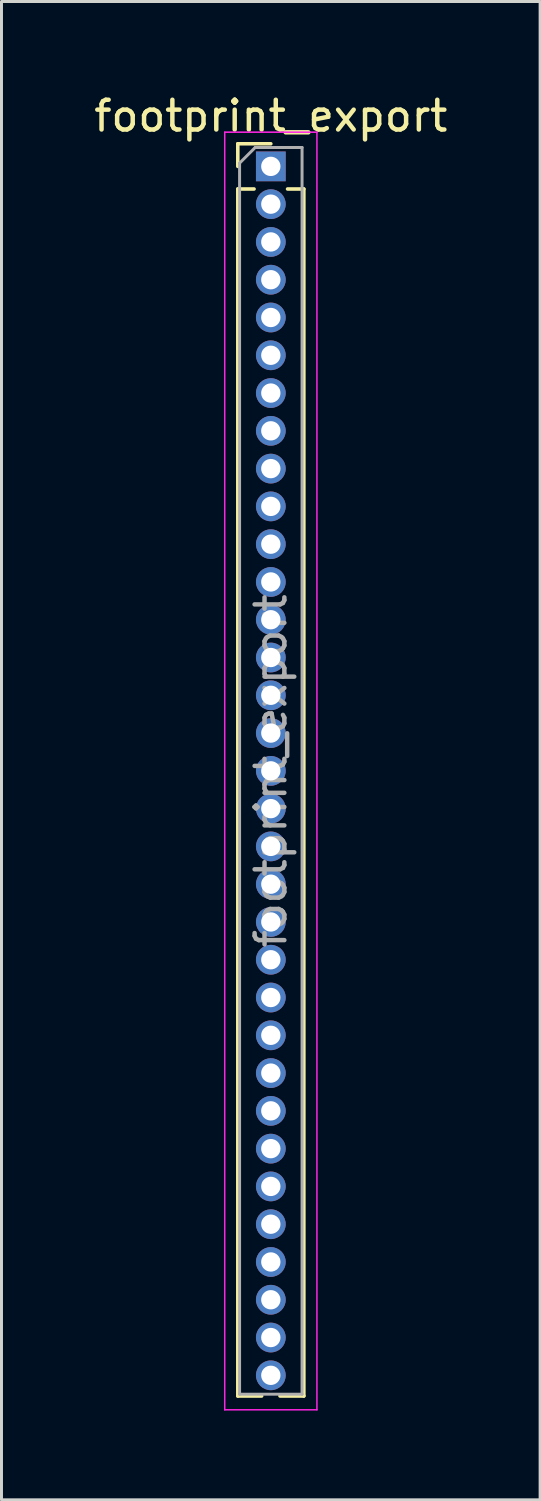
<source format=kicad_pcb>
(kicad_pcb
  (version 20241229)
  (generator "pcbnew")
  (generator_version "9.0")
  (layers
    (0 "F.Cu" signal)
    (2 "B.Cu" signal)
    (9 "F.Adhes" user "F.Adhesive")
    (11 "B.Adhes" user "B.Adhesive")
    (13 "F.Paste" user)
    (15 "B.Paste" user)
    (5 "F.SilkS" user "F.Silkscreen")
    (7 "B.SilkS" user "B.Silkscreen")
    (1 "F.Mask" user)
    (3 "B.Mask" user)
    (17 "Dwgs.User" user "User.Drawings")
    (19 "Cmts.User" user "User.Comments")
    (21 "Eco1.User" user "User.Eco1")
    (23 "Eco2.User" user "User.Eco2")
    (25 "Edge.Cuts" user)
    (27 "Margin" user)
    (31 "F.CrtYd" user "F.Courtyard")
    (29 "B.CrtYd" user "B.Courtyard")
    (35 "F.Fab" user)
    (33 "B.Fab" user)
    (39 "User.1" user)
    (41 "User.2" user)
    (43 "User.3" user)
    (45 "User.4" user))
  (footprint "footprint_export"
    (layer "F.Cu")
    (at 6.054 2.543)
    (property "Reference" "footprint_export" (at 0 -1.695 0) (layer "F.SilkS") (effects (font (size 1 1) (thickness 0.15))))
    (attr through_hole)
    (fp_line (start -1.11 -0.76) (end 0 -0.76) (stroke (width 0.12) (type solid)) (layer "F.SilkS"))
    (fp_line (start -1.11 0) (end -1.11 -0.76) (stroke (width 0.12) (type solid)) (layer "F.SilkS"))
    (fp_line (start -1.11 0.76) (end -1.11 41.335) (stroke (width 0.12) (type solid)) (layer "F.SilkS"))
    (fp_line (start -1.11 0.76) (end -0.563 0.76) (stroke (width 0.12) (type solid)) (layer "F.SilkS"))
    (fp_line (start -1.11 41.335) (end -0.308 41.335) (stroke (width 0.12) (type solid)) (layer "F.SilkS"))
    (fp_line (start 0.308 41.335) (end 1.11 41.335) (stroke (width 0.12) (type solid)) (layer "F.SilkS"))
    (fp_line (start 0.563 0.76) (end 1.11 0.76) (stroke (width 0.12) (type solid)) (layer "F.SilkS"))
    (fp_line (start 1.11 0.76) (end 1.11 41.335) (stroke (width 0.12) (type solid)) (layer "F.SilkS"))
    (fp_line (start -1.55 -1.15) (end -1.55 41.8) (stroke (width 0.05) (type solid)) (layer "F.CrtYd"))
    (fp_line (start -1.55 41.8) (end 1.55 41.8) (stroke (width 0.05) (type solid)) (layer "F.CrtYd"))
    (fp_line (start 1.55 -1.15) (end -1.55 -1.15) (stroke (width 0.05) (type solid)) (layer "F.CrtYd"))
    (fp_line (start 1.55 41.8) (end 1.55 -1.15) (stroke (width 0.05) (type solid)) (layer "F.CrtYd"))
    (fp_line (start -1.05 -0.11) (end -0.525 -0.635) (stroke (width 0.1) (type solid)) (layer "F.Fab"))
    (fp_line (start -1.05 41.275) (end -1.05 -0.11) (stroke (width 0.1) (type solid)) (layer "F.Fab"))
    (fp_line (start -0.525 -0.635) (end 1.05 -0.635) (stroke (width 0.1) (type solid)) (layer "F.Fab"))
    (fp_line (start 1.05 -0.635) (end 1.05 41.275) (stroke (width 0.1) (type solid)) (layer "F.Fab"))
    (fp_line (start 1.05 41.275) (end -1.05 41.275) (stroke (width 0.1) (type solid)) (layer "F.Fab"))
    (fp_text user "${REFERENCE}" (at 0 20.32 90) (layer "F.Fab") (effects (font (size 1 1) (thickness 0.15))))
    (pad "1" thru_hole rect (at 0 0) (size 1 1) (drill 0.65) (layers "*.Cu" "*.Mask"))
    (pad "2" thru_hole oval (at 0 1.27) (size 1 1) (drill 0.65) (layers "*.Cu" "*.Mask"))
    (pad "3" thru_hole oval (at 0 2.54) (size 1 1) (drill 0.65) (layers "*.Cu" "*.Mask"))
    (pad "4" thru_hole oval (at 0 3.81) (size 1 1) (drill 0.65) (layers "*.Cu" "*.Mask"))
    (pad "5" thru_hole oval (at 0 5.08) (size 1 1) (drill 0.65) (layers "*.Cu" "*.Mask"))
    (pad "6" thru_hole oval (at 0 6.35) (size 1 1) (drill 0.65) (layers "*.Cu" "*.Mask"))
    (pad "7" thru_hole oval (at 0 7.62) (size 1 1) (drill 0.65) (layers "*.Cu" "*.Mask"))
    (pad "8" thru_hole oval (at 0 8.89) (size 1 1) (drill 0.65) (layers "*.Cu" "*.Mask"))
    (pad "9" thru_hole oval (at 0 10.16) (size 1 1) (drill 0.65) (layers "*.Cu" "*.Mask"))
    (pad "10" thru_hole oval (at 0 11.43) (size 1 1) (drill 0.65) (layers "*.Cu" "*.Mask"))
    (pad "11" thru_hole oval (at 0 12.7) (size 1 1) (drill 0.65) (layers "*.Cu" "*.Mask"))
    (pad "12" thru_hole oval (at 0 13.97) (size 1 1) (drill 0.65) (layers "*.Cu" "*.Mask"))
    (pad "13" thru_hole oval (at 0 15.24) (size 1 1) (drill 0.65) (layers "*.Cu" "*.Mask"))
    (pad "14" thru_hole oval (at 0 16.51) (size 1 1) (drill 0.65) (layers "*.Cu" "*.Mask"))
    (pad "15" thru_hole oval (at 0 17.78) (size 1 1) (drill 0.65) (layers "*.Cu" "*.Mask"))
    (pad "16" thru_hole oval (at 0 19.05) (size 1 1) (drill 0.65) (layers "*.Cu" "*.Mask"))
    (pad "17" thru_hole oval (at 0 20.32) (size 1 1) (drill 0.65) (layers "*.Cu" "*.Mask"))
    (pad "18" thru_hole oval (at 0 21.59) (size 1 1) (drill 0.65) (layers "*.Cu" "*.Mask"))
    (pad "19" thru_hole oval (at 0 22.86) (size 1 1) (drill 0.65) (layers "*.Cu" "*.Mask"))
    (pad "20" thru_hole oval (at 0 24.13) (size 1 1) (drill 0.65) (layers "*.Cu" "*.Mask"))
    (pad "21" thru_hole oval (at 0 25.4) (size 1 1) (drill 0.65) (layers "*.Cu" "*.Mask"))
    (pad "22" thru_hole oval (at 0 26.67) (size 1 1) (drill 0.65) (layers "*.Cu" "*.Mask"))
    (pad "23" thru_hole oval (at 0 27.94) (size 1 1) (drill 0.65) (layers "*.Cu" "*.Mask"))
    (pad "24" thru_hole oval (at 0 29.21) (size 1 1) (drill 0.65) (layers "*.Cu" "*.Mask"))
    (pad "25" thru_hole oval (at 0 30.48) (size 1 1) (drill 0.65) (layers "*.Cu" "*.Mask"))
    (pad "26" thru_hole oval (at 0 31.75) (size 1 1) (drill 0.65) (layers "*.Cu" "*.Mask"))
    (pad "27" thru_hole oval (at 0 33.02) (size 1 1) (drill 0.65) (layers "*.Cu" "*.Mask"))
    (pad "28" thru_hole oval (at 0 34.29) (size 1 1) (drill 0.65) (layers "*.Cu" "*.Mask"))
    (pad "29" thru_hole oval (at 0 35.56) (size 1 1) (drill 0.65) (layers "*.Cu" "*.Mask"))
    (pad "30" thru_hole oval (at 0 36.83) (size 1 1) (drill 0.65) (layers "*.Cu" "*.Mask"))
    (pad "31" thru_hole oval (at 0 38.1) (size 1 1) (drill 0.65) (layers "*.Cu" "*.Mask"))
    (pad "32" thru_hole oval (at 0 39.37) (size 1 1) (drill 0.65) (layers "*.Cu" "*.Mask"))
    (pad "33" thru_hole oval (at 0 40.64) (size 1 1) (drill 0.65) (layers "*.Cu" "*.Mask")))
  (gr_rect
    (start -3 -3)
    (end 15.107 47.368)
    (stroke (width 0.1) (type default))
    (fill no)
    (layer "Edge.Cuts")))
</source>
